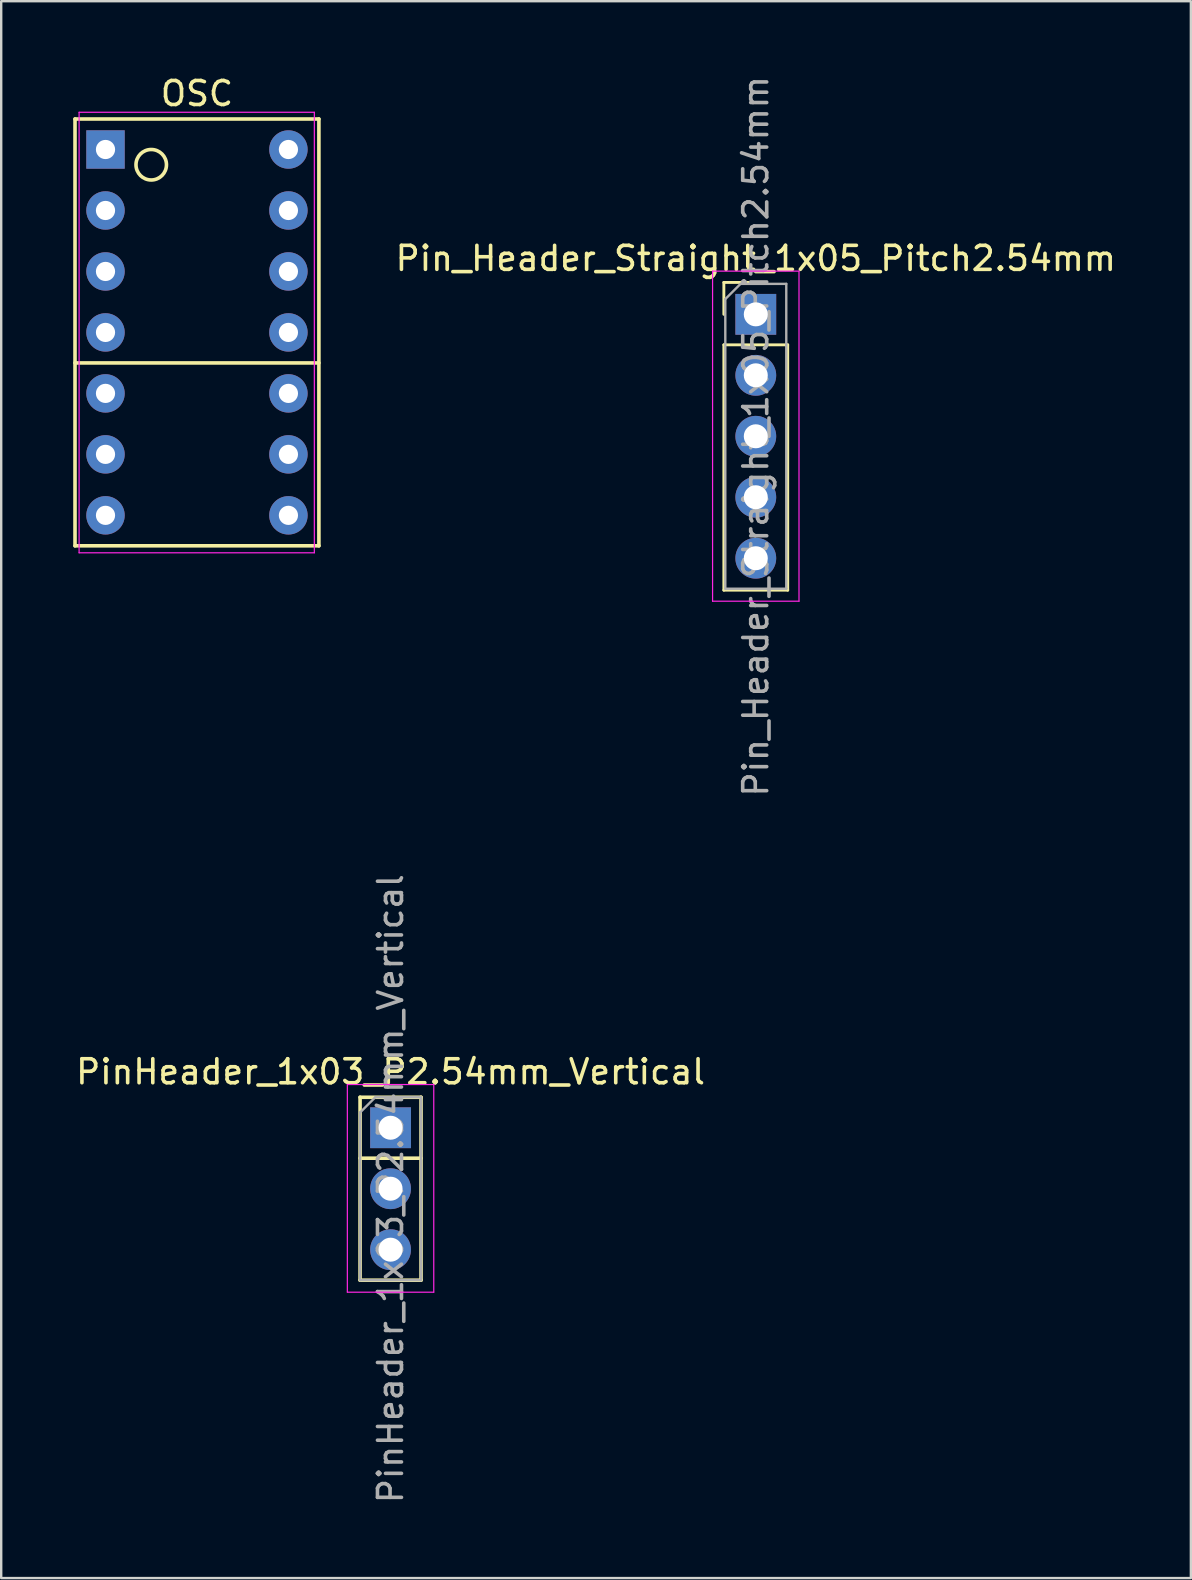
<source format=kicad_pcb>
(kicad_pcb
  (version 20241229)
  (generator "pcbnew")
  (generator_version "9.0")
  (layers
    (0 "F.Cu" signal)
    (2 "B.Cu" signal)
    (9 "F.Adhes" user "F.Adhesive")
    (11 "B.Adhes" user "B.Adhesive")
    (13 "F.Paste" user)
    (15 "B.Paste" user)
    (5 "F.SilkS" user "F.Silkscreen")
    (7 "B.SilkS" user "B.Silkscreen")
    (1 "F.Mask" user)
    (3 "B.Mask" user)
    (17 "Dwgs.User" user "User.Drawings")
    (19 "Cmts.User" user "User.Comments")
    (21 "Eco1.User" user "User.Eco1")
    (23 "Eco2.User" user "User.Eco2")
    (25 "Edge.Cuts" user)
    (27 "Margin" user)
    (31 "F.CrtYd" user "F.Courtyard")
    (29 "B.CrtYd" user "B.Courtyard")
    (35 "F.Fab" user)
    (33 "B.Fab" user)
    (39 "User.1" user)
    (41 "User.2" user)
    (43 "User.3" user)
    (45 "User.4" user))
  (footprint "PinHeader_1x03_P2.54mm_Vertical"
    (layer "F.Cu")
    (at 13.22 43.93)
    (property "Reference" "PinHeader_1x03_P2.54mm_Vertical" (at 0 -2.33 0) (layer "F.SilkS") (effects (font (size 1 1) (thickness 0.15))))
    (attr through_hole)
    (fp_line (start -1.27 -1.27) (end 1.27 -1.27) (stroke (width 0.15) (type solid)) (layer "F.SilkS"))
    (fp_line (start -1.27 6.35) (end -1.27 -1.27) (stroke (width 0.15) (type solid)) (layer "F.SilkS"))
    (fp_line (start 1.27 -1.27) (end 1.27 6.35) (stroke (width 0.15) (type solid)) (layer "F.SilkS"))
    (fp_line (start 1.27 1.27) (end -1.27 1.27) (stroke (width 0.15) (type solid)) (layer "F.SilkS"))
    (fp_line (start 1.27 6.35) (end -1.27 6.35) (stroke (width 0.15) (type solid)) (layer "F.SilkS"))
    (fp_line (start -1.8 -1.8) (end -1.8 6.85) (stroke (width 0.05) (type solid)) (layer "F.CrtYd"))
    (fp_line (start -1.8 6.85) (end 1.8 6.85) (stroke (width 0.05) (type solid)) (layer "F.CrtYd"))
    (fp_line (start 1.8 -1.8) (end -1.8 -1.8) (stroke (width 0.05) (type solid)) (layer "F.CrtYd"))
    (fp_line (start 1.8 6.85) (end 1.8 -1.8) (stroke (width 0.05) (type solid)) (layer "F.CrtYd"))
    (fp_line (start -1.27 -0.635) (end -0.635 -1.27) (stroke (width 0.1) (type solid)) (layer "F.Fab"))
    (fp_line (start -1.27 6.35) (end -1.27 -0.635) (stroke (width 0.1) (type solid)) (layer "F.Fab"))
    (fp_line (start -0.635 -1.27) (end 1.27 -1.27) (stroke (width 0.1) (type solid)) (layer "F.Fab"))
    (fp_line (start 1.27 -1.27) (end 1.27 6.35) (stroke (width 0.1) (type solid)) (layer "F.Fab"))
    (fp_line (start 1.27 6.35) (end -1.27 6.35) (stroke (width 0.1) (type solid)) (layer "F.Fab"))
    (fp_text user "${REFERENCE}" (at 0 2.54 90) (layer "F.Fab") (effects (font (size 1 1) (thickness 0.15))))
    (pad "1" thru_hole rect (at 0 0) (size 1.7 1.7) (drill 1) (layers "*.Cu" "*.Mask"))
    (pad "2" thru_hole oval (at 0 2.54) (size 1.7 1.7) (drill 1) (layers "*.Cu" "*.Mask"))
    (pad "3" thru_hole oval (at 0 5.08) (size 1.7 1.7) (drill 1) (layers "*.Cu" "*.Mask")))
  (footprint "OSC"
    (layer "F.Cu")
    (at 1.345 3.178)
    (property "Reference" "OSC" (at 3.81 -2.33 0) (layer "F.SilkS") (effects (font (size 1 1) (thickness 0.15))))
    (attr through_hole)
    (fp_line (start -1.27 -1.27) (end 8.89 -1.27) (stroke (width 0.15) (type solid)) (layer "F.SilkS"))
    (fp_line (start -1.27 8.89) (end 8.89 8.89) (stroke (width 0.15) (type solid)) (layer "F.SilkS"))
    (fp_line (start -1.27 16.51) (end -1.27 -1.27) (stroke (width 0.15) (type solid)) (layer "F.SilkS"))
    (fp_line (start 8.89 -1.27) (end 8.89 16.51) (stroke (width 0.15) (type solid)) (layer "F.SilkS"))
    (fp_line (start 8.89 16.51) (end -1.27 16.51) (stroke (width 0.15) (type solid)) (layer "F.SilkS"))
    (fp_circle (center 1.905 0.635) (end 2.54 0.635) (stroke (width 0.15) (type solid)) (fill no) (layer "F.SilkS"))
    (fp_line (start -1.1 -1.55) (end -1.1 16.8) (stroke (width 0.05) (type solid)) (layer "F.CrtYd"))
    (fp_line (start -1.1 16.8) (end 8.7 16.8) (stroke (width 0.05) (type solid)) (layer "F.CrtYd"))
    (fp_line (start 8.7 -1.55) (end -1.1 -1.55) (stroke (width 0.05) (type solid)) (layer "F.CrtYd"))
    (fp_line (start 8.7 16.8) (end 8.7 -1.55) (stroke (width 0.05) (type solid)) (layer "F.CrtYd"))
    (pad "1" thru_hole rect (at 0 0) (size 1.6 1.6) (drill 0.8) (layers "*.Cu" "*.Mask"))
    (pad "2" thru_hole circle (at 0 2.54) (size 1.6 1.6) (drill 0.8) (layers "*.Cu" "*.Mask"))
    (pad "3" thru_hole circle (at 0 5.08) (size 1.6 1.6) (drill 0.8) (layers "*.Cu" "*.Mask"))
    (pad "4" thru_hole circle (at 0 7.62) (size 1.6 1.6) (drill 0.8) (layers "*.Cu" "*.Mask"))
    (pad "5" thru_hole circle (at 0 10.16) (size 1.6 1.6) (drill 0.8) (layers "*.Cu" "*.Mask"))
    (pad "6" thru_hole circle (at 0 12.7) (size 1.6 1.6) (drill 0.8) (layers "*.Cu" "*.Mask"))
    (pad "7" thru_hole circle (at 0 15.24) (size 1.6 1.6) (drill 0.8) (layers "*.Cu" "*.Mask"))
    (pad "8" thru_hole circle (at 7.62 15.24) (size 1.6 1.6) (drill 0.8) (layers "*.Cu" "*.Mask"))
    (pad "9" thru_hole circle (at 7.62 12.7) (size 1.6 1.6) (drill 0.8) (layers "*.Cu" "*.Mask"))
    (pad "10" thru_hole circle (at 7.62 10.16) (size 1.6 1.6) (drill 0.8) (layers "*.Cu" "*.Mask"))
    (pad "11" thru_hole circle (at 7.62 7.62) (size 1.6 1.6) (drill 0.8) (layers "*.Cu" "*.Mask"))
    (pad "12" thru_hole circle (at 7.62 5.08) (size 1.6 1.6) (drill 0.8) (layers "*.Cu" "*.Mask"))
    (pad "13" thru_hole circle (at 7.62 2.54) (size 1.6 1.6) (drill 0.8) (layers "*.Cu" "*.Mask"))
    (pad "14" thru_hole circle (at 7.62 0) (size 1.6 1.6) (drill 0.8) (layers "*.Cu" "*.Mask")))
  (footprint "Pin_Header_Straight_1x05_Pitch2.54mm"
    (layer "F.Cu")
    (at 28.435 10.045)
    (property "Reference" "Pin_Header_Straight_1x05_Pitch2.54mm" (at 0 -2.33 0) (layer "F.SilkS") (effects (font (size 1 1) (thickness 0.15))))
    (attr through_hole)
    (fp_line (start -1.33 -1.33) (end 0 -1.33) (stroke (width 0.12) (type solid)) (layer "F.SilkS"))
    (fp_line (start -1.33 0) (end -1.33 -1.33) (stroke (width 0.12) (type solid)) (layer "F.SilkS"))
    (fp_line (start -1.33 1.27) (end -1.33 11.49) (stroke (width 0.12) (type solid)) (layer "F.SilkS"))
    (fp_line (start -1.33 1.27) (end 1.33 1.27) (stroke (width 0.12) (type solid)) (layer "F.SilkS"))
    (fp_line (start -1.33 11.49) (end 1.33 11.49) (stroke (width 0.12) (type solid)) (layer "F.SilkS"))
    (fp_line (start 1.33 1.27) (end 1.33 11.49) (stroke (width 0.12) (type solid)) (layer "F.SilkS"))
    (fp_line (start -1.8 -1.8) (end -1.8 11.95) (stroke (width 0.05) (type solid)) (layer "F.CrtYd"))
    (fp_line (start -1.8 11.95) (end 1.8 11.95) (stroke (width 0.05) (type solid)) (layer "F.CrtYd"))
    (fp_line (start 1.8 -1.8) (end -1.8 -1.8) (stroke (width 0.05) (type solid)) (layer "F.CrtYd"))
    (fp_line (start 1.8 11.95) (end 1.8 -1.8) (stroke (width 0.05) (type solid)) (layer "F.CrtYd"))
    (fp_line (start -1.27 -0.635) (end -0.635 -1.27) (stroke (width 0.1) (type solid)) (layer "F.Fab"))
    (fp_line (start -1.27 11.43) (end -1.27 -0.635) (stroke (width 0.1) (type solid)) (layer "F.Fab"))
    (fp_line (start -0.635 -1.27) (end 1.27 -1.27) (stroke (width 0.1) (type solid)) (layer "F.Fab"))
    (fp_line (start 1.27 -1.27) (end 1.27 11.43) (stroke (width 0.1) (type solid)) (layer "F.Fab"))
    (fp_line (start 1.27 11.43) (end -1.27 11.43) (stroke (width 0.1) (type solid)) (layer "F.Fab"))
    (fp_text user "${REFERENCE}" (at 0 5.08 90) (layer "F.Fab") (effects (font (size 1 1) (thickness 0.15))))
    (pad "1" thru_hole rect (at 0 0) (size 1.7 1.7) (drill 1) (layers "*.Cu" "*.Mask"))
    (pad "2" thru_hole oval (at 0 2.54) (size 1.7 1.7) (drill 1) (layers "*.Cu" "*.Mask"))
    (pad "3" thru_hole oval (at 0 5.08) (size 1.7 1.7) (drill 1) (layers "*.Cu" "*.Mask"))
    (pad "4" thru_hole oval (at 0 7.62) (size 1.7 1.7) (drill 1) (layers "*.Cu" "*.Mask"))
    (pad "5" thru_hole oval (at 0 10.16) (size 1.7 1.7) (drill 1) (layers "*.Cu" "*.Mask")))
  (gr_rect
    (start -3 -3)
    (end 46.56 62.69)
    (stroke (width 0.1) (type default))
    (fill no)
    (layer "Edge.Cuts")))
</source>
